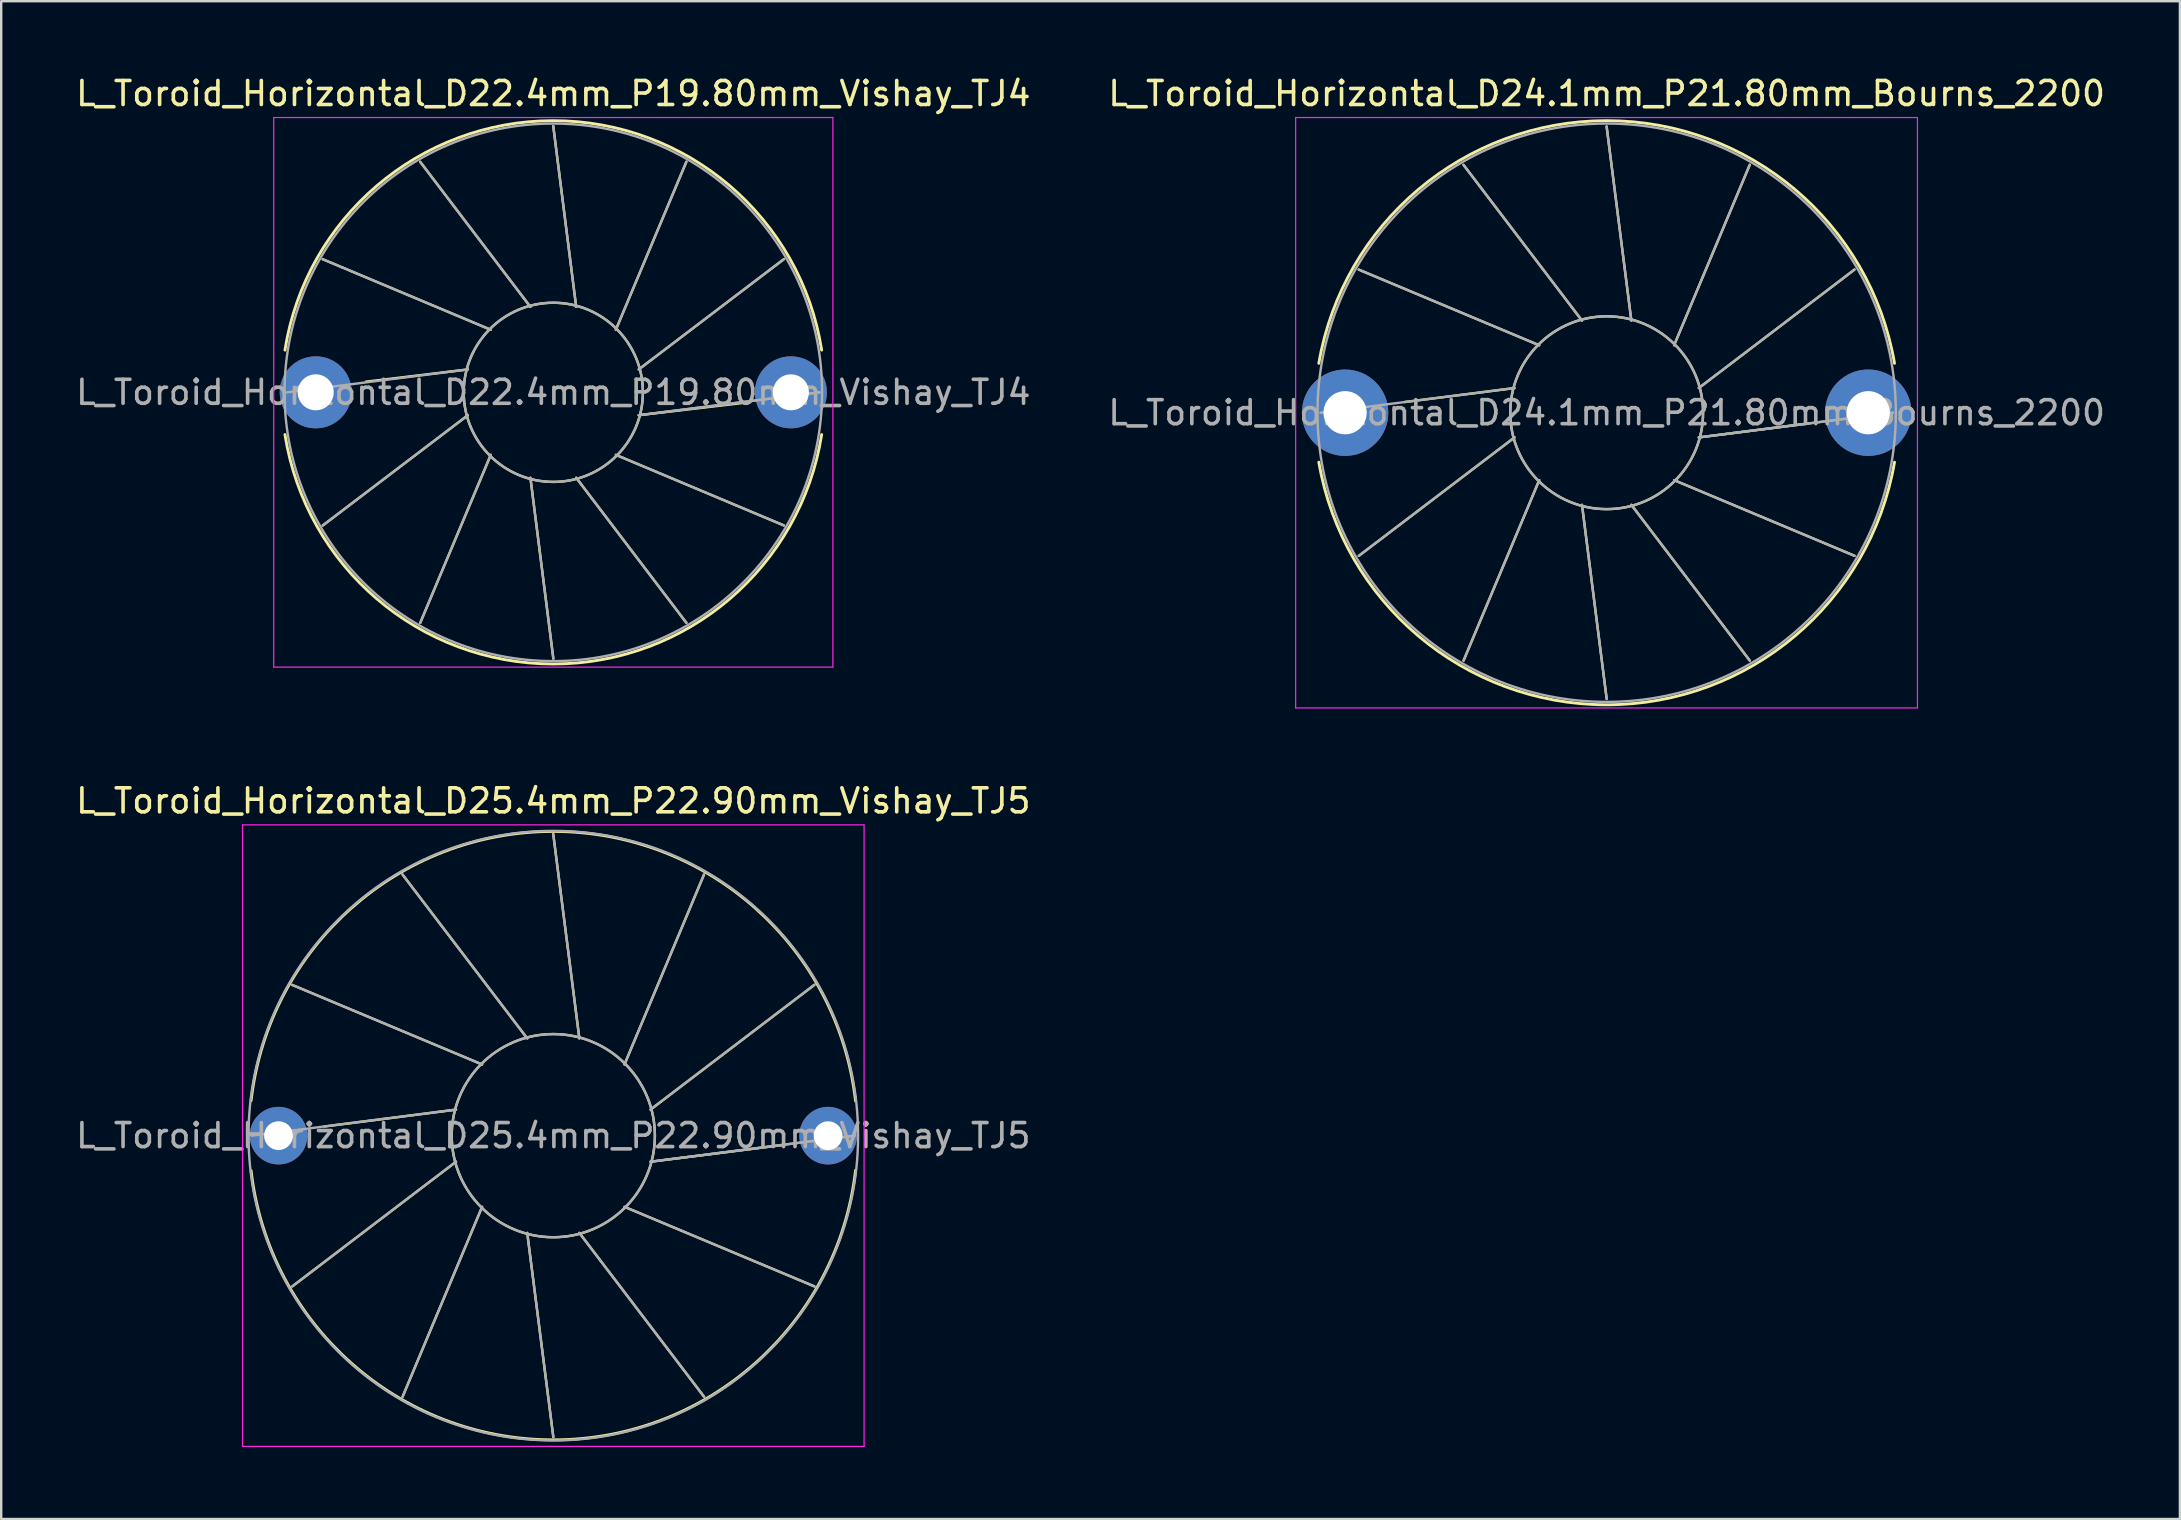
<source format=kicad_pcb>
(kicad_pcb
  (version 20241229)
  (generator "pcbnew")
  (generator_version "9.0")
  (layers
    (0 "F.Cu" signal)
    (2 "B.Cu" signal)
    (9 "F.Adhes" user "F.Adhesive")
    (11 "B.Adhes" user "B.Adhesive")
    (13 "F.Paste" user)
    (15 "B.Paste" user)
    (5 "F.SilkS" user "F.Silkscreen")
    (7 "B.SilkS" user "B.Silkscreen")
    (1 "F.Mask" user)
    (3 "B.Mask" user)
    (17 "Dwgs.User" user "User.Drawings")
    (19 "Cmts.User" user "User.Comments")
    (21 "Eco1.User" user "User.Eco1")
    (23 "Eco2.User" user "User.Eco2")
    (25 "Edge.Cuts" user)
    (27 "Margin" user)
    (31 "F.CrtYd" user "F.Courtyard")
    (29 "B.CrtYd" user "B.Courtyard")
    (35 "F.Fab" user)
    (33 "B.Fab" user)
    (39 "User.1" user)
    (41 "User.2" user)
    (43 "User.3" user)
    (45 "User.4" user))
  (footprint "L_Toroid_Horizontal_D24.1mm_P21.80mm_Bourns_2200"
    (layer "F.Cu")
    (at 52.999 14.148)
    (property "Reference" "L_Toroid_Horizontal_D24.1mm_P21.80mm_Bourns_2200" (at 10.9 -13.3 0) (layer "F.SilkS") (effects (font (size 1 1) (thickness 0.15))))
    (attr through_hole)
    (fp_line (start 0.571 -5.962) (end 8.089 -2.81) (stroke (width 0.1) (type solid)) (layer "F.SilkS"))
    (fp_line (start 0.572 5.964) (end 7.061 1.029) (stroke (width 0.1) (type solid)) (layer "F.SilkS"))
    (fp_line (start 2.477 -0.445) (end 7.061 -1.028) (stroke (width 0.1) (type solid)) (layer "F.SilkS"))
    (fp_line (start 4.935 -10.328) (end 9.871 -3.839) (stroke (width 0.1) (type solid)) (layer "F.SilkS"))
    (fp_line (start 4.937 10.329) (end 8.09 2.811) (stroke (width 0.1) (type solid)) (layer "F.SilkS"))
    (fp_line (start 10.898 -11.927) (end 11.928 -3.839) (stroke (width 0.1) (type solid)) (layer "F.SilkS"))
    (fp_line (start 10.901 11.927) (end 9.872 3.839) (stroke (width 0.1) (type solid)) (layer "F.SilkS"))
    (fp_line (start 16.862 -10.33) (end 13.71 -2.811) (stroke (width 0.1) (type solid)) (layer "F.SilkS"))
    (fp_line (start 16.864 10.329) (end 11.929 3.839) (stroke (width 0.1) (type solid)) (layer "F.SilkS"))
    (fp_line (start 19.304 0.445) (end 14.739 1.029) (stroke (width 0.1) (type solid)) (layer "F.SilkS"))
    (fp_line (start 21.228 -5.965) (end 14.739 -1.029) (stroke (width 0.1) (type solid)) (layer "F.SilkS"))
    (fp_line (start 21.229 5.963) (end 13.711 2.81) (stroke (width 0.1) (type solid)) (layer "F.SilkS"))
    (fp_arc (start -1.094386 -2.06) (mid 10.9 -12.17) (end 22.894386 -2.06) (stroke (width 0.12) (type solid)) (layer "F.SilkS"))
    (fp_arc (start 22.894386 2.06) (mid 10.9 12.17) (end -1.094386 2.06) (stroke (width 0.12) (type solid)) (layer "F.SilkS"))
    (fp_circle (center 10.9 0) (end 14.917 0) (stroke (width 0.1) (type solid)) (fill no) (layer "F.SilkS"))
    (fp_line (start -2.06 -12.3) (end -2.06 12.3) (stroke (width 0.05) (type solid)) (layer "F.CrtYd"))
    (fp_line (start -2.06 12.3) (end 23.85 12.3) (stroke (width 0.05) (type solid)) (layer "F.CrtYd"))
    (fp_line (start 23.85 -12.3) (end -2.06 -12.3) (stroke (width 0.05) (type solid)) (layer "F.CrtYd"))
    (fp_line (start 23.85 12.3) (end 23.85 -12.3) (stroke (width 0.05) (type solid)) (layer "F.CrtYd"))
    (fp_line (start -1.027 0.001) (end 7.061 -1.028) (stroke (width 0.1) (type solid)) (layer "F.Fab"))
    (fp_line (start 0.571 -5.962) (end 8.089 -2.81) (stroke (width 0.1) (type solid)) (layer "F.Fab"))
    (fp_line (start 0.572 5.964) (end 7.061 1.029) (stroke (width 0.1) (type solid)) (layer "F.Fab"))
    (fp_line (start 4.935 -10.328) (end 9.871 -3.839) (stroke (width 0.1) (type solid)) (layer "F.Fab"))
    (fp_line (start 4.937 10.329) (end 8.09 2.811) (stroke (width 0.1) (type solid)) (layer "F.Fab"))
    (fp_line (start 10.898 -11.927) (end 11.928 -3.839) (stroke (width 0.1) (type solid)) (layer "F.Fab"))
    (fp_line (start 10.901 11.927) (end 9.872 3.839) (stroke (width 0.1) (type solid)) (layer "F.Fab"))
    (fp_line (start 16.862 -10.33) (end 13.71 -2.811) (stroke (width 0.1) (type solid)) (layer "F.Fab"))
    (fp_line (start 16.864 10.329) (end 11.929 3.839) (stroke (width 0.1) (type solid)) (layer "F.Fab"))
    (fp_line (start 21.228 -5.965) (end 14.739 -1.029) (stroke (width 0.1) (type solid)) (layer "F.Fab"))
    (fp_line (start 21.229 5.963) (end 13.711 2.81) (stroke (width 0.1) (type solid)) (layer "F.Fab"))
    (fp_line (start 22.827 -0.002) (end 14.739 1.028) (stroke (width 0.1) (type solid)) (layer "F.Fab"))
    (fp_line (start 22.827 0) (end 14.739 1.029) (stroke (width 0.1) (type solid)) (layer "F.Fab"))
    (fp_circle (center 10.9 0) (end 14.917 0) (stroke (width 0.1) (type solid)) (fill no) (layer "F.Fab"))
    (fp_circle (center 10.9 0) (end 22.95 0) (stroke (width 0.1) (type solid)) (fill no) (layer "F.Fab"))
    (fp_text user "${REFERENCE}" (at 10.9 0 0) (layer "F.Fab") (effects (font (size 1 1) (thickness 0.15))))
    (pad "1" thru_hole circle (at 0 0) (size 3.6 3.6) (drill 1.8) (layers "*.Cu" "*.Mask"))
    (pad "2" thru_hole circle (at 21.8 0) (size 3.6 3.6) (drill 1.8) (layers "*.Cu" "*.Mask")))
  (footprint "L_Toroid_Horizontal_D22.4mm_P19.80mm_Vishay_TJ4"
    (layer "F.Cu")
    (at 10.106 13.298)
    (property "Reference" "L_Toroid_Horizontal_D22.4mm_P19.80mm_Vishay_TJ4" (at 9.9 -12.45 0) (layer "F.SilkS") (effects (font (size 1 1) (thickness 0.15))))
    (attr through_hole)
    (fp_line (start 0.292 -5.546) (end 7.294 -2.606) (stroke (width 0.1) (type solid)) (layer "F.SilkS"))
    (fp_line (start 0.293 5.548) (end 6.34 0.954) (stroke (width 0.1) (type solid)) (layer "F.SilkS"))
    (fp_line (start 2.095 -0.445) (end 6.34 -0.954) (stroke (width 0.1) (type solid)) (layer "F.SilkS"))
    (fp_line (start 4.352 -9.607) (end 8.946 -3.56) (stroke (width 0.1) (type solid)) (layer "F.SilkS"))
    (fp_line (start 4.354 9.608) (end 7.294 2.606) (stroke (width 0.1) (type solid)) (layer "F.SilkS"))
    (fp_line (start 9.898 -11.094) (end 10.853 -3.56) (stroke (width 0.1) (type solid)) (layer "F.SilkS"))
    (fp_line (start 9.901 11.094) (end 8.946 3.56) (stroke (width 0.1) (type solid)) (layer "F.SilkS"))
    (fp_line (start 15.445 -9.608) (end 12.506 -2.607) (stroke (width 0.1) (type solid)) (layer "F.SilkS"))
    (fp_line (start 15.447 9.607) (end 10.854 3.56) (stroke (width 0.1) (type solid)) (layer "F.SilkS"))
    (fp_line (start 17.78 0.445) (end 13.46 0.954) (stroke (width 0.1) (type solid)) (layer "F.SilkS"))
    (fp_line (start 19.506 -5.548) (end 13.46 -0.955) (stroke (width 0.1) (type solid)) (layer "F.SilkS"))
    (fp_line (start 19.507 5.547) (end 12.506 2.606) (stroke (width 0.1) (type solid)) (layer "F.SilkS"))
    (fp_arc (start -1.282343 -1.76) (mid 9.9 -11.32) (end 21.082343 -1.76) (stroke (width 0.12) (type solid)) (layer "F.SilkS"))
    (fp_arc (start 21.082343 1.76) (mid 9.9 11.32) (end -1.282343 1.76) (stroke (width 0.12) (type solid)) (layer "F.SilkS"))
    (fp_circle (center 9.9 0) (end 13.633 0) (stroke (width 0.1) (type solid)) (fill no) (layer "F.SilkS"))
    (fp_line (start -1.75 -11.45) (end -1.75 11.45) (stroke (width 0.05) (type solid)) (layer "F.CrtYd"))
    (fp_line (start -1.75 11.45) (end 21.55 11.45) (stroke (width 0.05) (type solid)) (layer "F.CrtYd"))
    (fp_line (start 21.55 -11.45) (end -1.75 -11.45) (stroke (width 0.05) (type solid)) (layer "F.CrtYd"))
    (fp_line (start 21.55 11.45) (end 21.55 -11.45) (stroke (width 0.05) (type solid)) (layer "F.CrtYd"))
    (fp_line (start -1.194 0.001) (end 6.34 -0.954) (stroke (width 0.1) (type solid)) (layer "F.Fab"))
    (fp_line (start 0.292 -5.546) (end 7.294 -2.606) (stroke (width 0.1) (type solid)) (layer "F.Fab"))
    (fp_line (start 0.293 5.548) (end 6.34 0.954) (stroke (width 0.1) (type solid)) (layer "F.Fab"))
    (fp_line (start 4.352 -9.607) (end 8.946 -3.56) (stroke (width 0.1) (type solid)) (layer "F.Fab"))
    (fp_line (start 4.354 9.608) (end 7.294 2.606) (stroke (width 0.1) (type solid)) (layer "F.Fab"))
    (fp_line (start 9.898 -11.094) (end 10.853 -3.56) (stroke (width 0.1) (type solid)) (layer "F.Fab"))
    (fp_line (start 9.901 11.094) (end 8.946 3.56) (stroke (width 0.1) (type solid)) (layer "F.Fab"))
    (fp_line (start 15.445 -9.608) (end 12.506 -2.607) (stroke (width 0.1) (type solid)) (layer "F.Fab"))
    (fp_line (start 15.447 9.607) (end 10.854 3.56) (stroke (width 0.1) (type solid)) (layer "F.Fab"))
    (fp_line (start 19.506 -5.548) (end 13.46 -0.955) (stroke (width 0.1) (type solid)) (layer "F.Fab"))
    (fp_line (start 19.507 5.547) (end 12.506 2.606) (stroke (width 0.1) (type solid)) (layer "F.Fab"))
    (fp_line (start 20.994 -0.002) (end 13.46 0.953) (stroke (width 0.1) (type solid)) (layer "F.Fab"))
    (fp_line (start 20.994 0) (end 13.46 0.954) (stroke (width 0.1) (type solid)) (layer "F.Fab"))
    (fp_circle (center 9.9 0) (end 13.633 0) (stroke (width 0.1) (type solid)) (fill no) (layer "F.Fab"))
    (fp_circle (center 9.9 0) (end 21.1 0) (stroke (width 0.1) (type solid)) (fill no) (layer "F.Fab"))
    (fp_text user "${REFERENCE}" (at 9.9 0 0) (layer "F.Fab") (effects (font (size 1 1) (thickness 0.15))))
    (pad "1" thru_hole circle (at 0 0) (size 3 3) (drill 1.5) (layers "*.Cu" "*.Mask"))
    (pad "2" thru_hole circle (at 19.8 0) (size 3 3) (drill 1.5) (layers "*.Cu" "*.Mask")))
  (footprint "L_Toroid_Horizontal_D25.4mm_P22.90mm_Vishay_TJ5"
    (layer "F.Cu")
    (at 8.556 44.272)
    (property "Reference" "L_Toroid_Horizontal_D25.4mm_P22.90mm_Vishay_TJ5" (at 11.45 -13.95 0) (layer "F.SilkS") (effects (font (size 1 1) (thickness 0.15))))
    (attr through_hole)
    (fp_line (start 0.569 -6.281) (end 8.483 -2.966) (stroke (width 0.1) (type solid)) (layer "F.SilkS"))
    (fp_line (start 0.57 6.283) (end 7.397 1.086) (stroke (width 0.1) (type solid)) (layer "F.SilkS"))
    (fp_line (start 1.905 -0.381) (end 7.397 -1.085) (stroke (width 0.1) (type solid)) (layer "F.SilkS"))
    (fp_line (start 5.167 -10.88) (end 10.364 -4.052) (stroke (width 0.1) (type solid)) (layer "F.SilkS"))
    (fp_line (start 5.169 10.881) (end 8.483 2.967) (stroke (width 0.1) (type solid)) (layer "F.SilkS"))
    (fp_line (start 11.448 -12.564) (end 12.535 -4.053) (stroke (width 0.1) (type solid)) (layer "F.SilkS"))
    (fp_line (start 11.451 12.564) (end 10.364 4.053) (stroke (width 0.1) (type solid)) (layer "F.SilkS"))
    (fp_line (start 17.73 -10.881) (end 14.416 -2.967) (stroke (width 0.1) (type solid)) (layer "F.SilkS"))
    (fp_line (start 17.732 10.88) (end 12.536 4.053) (stroke (width 0.1) (type solid)) (layer "F.SilkS"))
    (fp_line (start 21.082 0.381) (end 15.503 1.086) (stroke (width 0.1) (type solid)) (layer "F.SilkS"))
    (fp_line (start 22.329 -6.284) (end 15.502 -1.087) (stroke (width 0.1) (type solid)) (layer "F.SilkS"))
    (fp_line (start 22.33 6.282) (end 14.417 2.967) (stroke (width 0.1) (type solid)) (layer "F.SilkS"))
    (fp_arc (start -1.143 -1.4605) (mid 11.458425 -12.677407) (end 24.04493 -1.443761) (stroke (width 0.12) (type solid)) (layer "F.SilkS"))
    (fp_arc (start 24.044874 1.44425) (mid 11.458179 12.677407) (end -1.143 1.4605) (stroke (width 0.12) (type solid)) (layer "F.SilkS"))
    (fp_circle (center 11.45 0) (end 15.683 0) (stroke (width 0.1) (type solid)) (fill no) (layer "F.SilkS"))
    (fp_line (start -1.5 -12.95) (end -1.5 12.95) (stroke (width 0.05) (type solid)) (layer "F.CrtYd"))
    (fp_line (start -1.5 12.95) (end 24.4 12.95) (stroke (width 0.05) (type solid)) (layer "F.CrtYd"))
    (fp_line (start 24.4 -12.95) (end -1.5 -12.95) (stroke (width 0.05) (type solid)) (layer "F.CrtYd"))
    (fp_line (start 24.4 12.95) (end 24.4 -12.95) (stroke (width 0.05) (type solid)) (layer "F.CrtYd"))
    (fp_line (start -1.114 0.001) (end 7.397 -1.085) (stroke (width 0.1) (type solid)) (layer "F.Fab"))
    (fp_line (start 0.569 -6.281) (end 8.483 -2.966) (stroke (width 0.1) (type solid)) (layer "F.Fab"))
    (fp_line (start 0.57 6.283) (end 7.397 1.086) (stroke (width 0.1) (type solid)) (layer "F.Fab"))
    (fp_line (start 5.167 -10.88) (end 10.364 -4.052) (stroke (width 0.1) (type solid)) (layer "F.Fab"))
    (fp_line (start 5.169 10.881) (end 8.483 2.967) (stroke (width 0.1) (type solid)) (layer "F.Fab"))
    (fp_line (start 11.448 -12.564) (end 12.535 -4.053) (stroke (width 0.1) (type solid)) (layer "F.Fab"))
    (fp_line (start 11.451 12.564) (end 10.364 4.053) (stroke (width 0.1) (type solid)) (layer "F.Fab"))
    (fp_line (start 17.73 -10.881) (end 14.416 -2.967) (stroke (width 0.1) (type solid)) (layer "F.Fab"))
    (fp_line (start 17.732 10.88) (end 12.536 4.053) (stroke (width 0.1) (type solid)) (layer "F.Fab"))
    (fp_line (start 22.329 -6.284) (end 15.502 -1.087) (stroke (width 0.1) (type solid)) (layer "F.Fab"))
    (fp_line (start 22.33 6.282) (end 14.417 2.967) (stroke (width 0.1) (type solid)) (layer "F.Fab"))
    (fp_line (start 24.014 -0.002) (end 15.503 1.085) (stroke (width 0.1) (type solid)) (layer "F.Fab"))
    (fp_line (start 24.014 0) (end 15.503 1.086) (stroke (width 0.1) (type solid)) (layer "F.Fab"))
    (fp_circle (center 11.45 0) (end 15.683 0) (stroke (width 0.1) (type solid)) (fill no) (layer "F.Fab"))
    (fp_circle (center 11.45 0) (end 24.15 0) (stroke (width 0.1) (type solid)) (fill no) (layer "F.Fab"))
    (fp_text user "${REFERENCE}" (at 11.45 0 0) (layer "F.Fab") (effects (font (size 1 1) (thickness 0.15))))
    (pad "1" thru_hole circle (at 0 0) (size 2.4 2.4) (drill 1.2) (layers "*.Cu" "*.Mask"))
    (pad "2" thru_hole circle (at 22.9 0) (size 2.4 2.4) (drill 1.2) (layers "*.Cu" "*.Mask")))
  (gr_rect
    (start -3 -3)
    (end 87.786 60.246)
    (stroke (width 0.1) (type default))
    (fill no)
    (layer "Edge.Cuts")))
</source>
